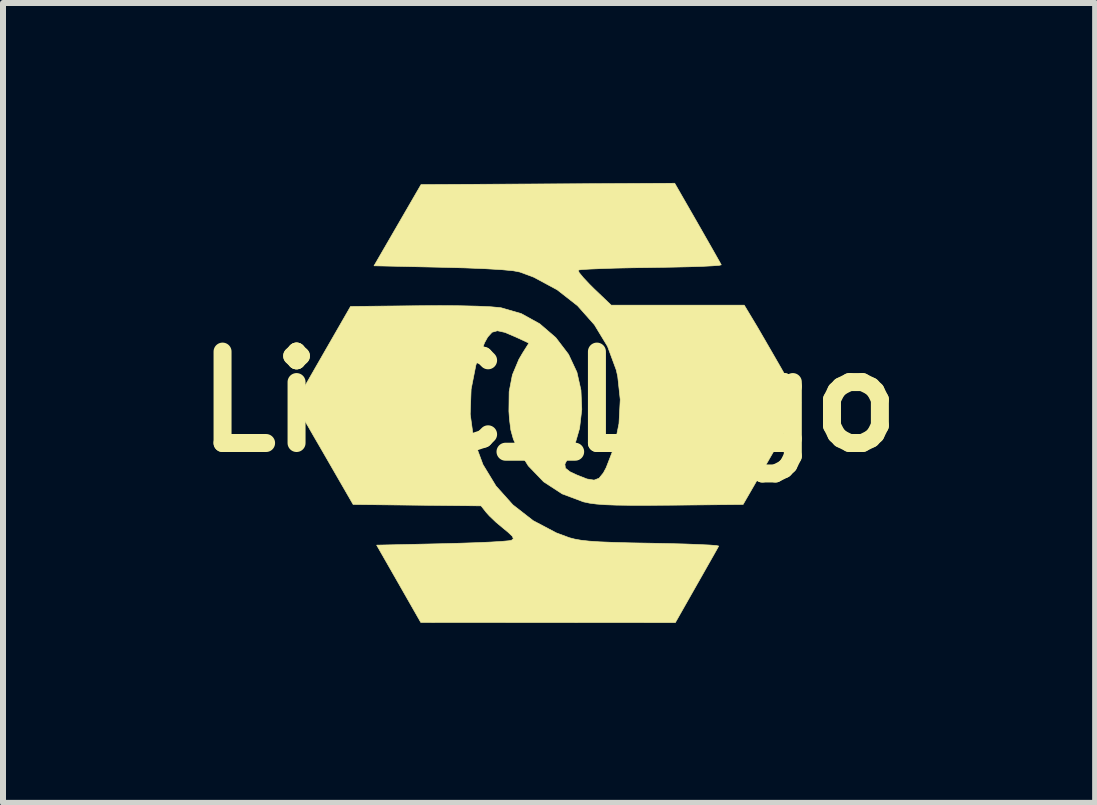
<source format=kicad_pcb>
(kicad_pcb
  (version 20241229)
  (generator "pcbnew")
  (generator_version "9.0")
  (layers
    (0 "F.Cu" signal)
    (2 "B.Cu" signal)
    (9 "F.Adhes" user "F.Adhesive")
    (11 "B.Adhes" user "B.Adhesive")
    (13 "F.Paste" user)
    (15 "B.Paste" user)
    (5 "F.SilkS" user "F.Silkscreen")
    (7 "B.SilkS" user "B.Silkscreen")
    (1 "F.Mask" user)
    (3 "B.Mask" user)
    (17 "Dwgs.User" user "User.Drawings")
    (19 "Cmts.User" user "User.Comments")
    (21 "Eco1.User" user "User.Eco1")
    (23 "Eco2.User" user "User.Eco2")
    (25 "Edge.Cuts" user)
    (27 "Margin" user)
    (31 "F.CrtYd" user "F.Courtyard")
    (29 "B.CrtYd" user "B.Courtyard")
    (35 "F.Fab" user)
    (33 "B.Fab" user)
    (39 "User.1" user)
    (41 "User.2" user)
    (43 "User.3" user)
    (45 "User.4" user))
  (footprint "LiNC_Logo"
    (layer "F.Cu")
    (at 6.103 3.646)
    (property "Reference" "LiNC_Logo" (at 0 0 0) (layer "F.SilkS") (effects (font (size 1.524 1.524) (thickness 0.3))))
    (attr through_hole)
    (fp_poly (pts (xy 2.477 -2.976) (xy 2.599 -2.762) (xy 2.707 -2.573) (xy 2.793 -2.421) (xy 2.85 -2.32) (xy 2.871 -2.281) (xy 2.834 -2.272) (xy 2.722 -2.264) (xy 2.548 -2.255) (xy 2.32 -2.248) (xy 2.05 -2.242) (xy 1.748 -2.237) (xy 1.699 -2.236) (xy 1.391 -2.232) (xy 1.11 -2.226) (xy 0.868 -2.218) (xy 0.676 -2.21) (xy 0.546 -2.202) (xy 0.487 -2.194) (xy 0.486 -2.193) (xy 0.501 -2.153) (xy 0.568 -2.071) (xy 0.673 -1.959) (xy 0.746 -1.886) (xy 1.036 -1.609) (xy 2.145 -1.609) (xy 3.254 -1.609) (xy 3.401 -1.365) (xy 3.476 -1.24) (xy 3.58 -1.061) (xy 3.702 -0.85) (xy 3.83 -0.628) (xy 3.874 -0.551) (xy 4.199 0.021) (xy 4.071 0.254) (xy 4.005 0.372) (xy 3.908 0.544) (xy 3.789 0.752) (xy 3.66 0.977) (xy 3.589 1.101) (xy 3.235 1.714) (xy 2.034 1.726) (xy 1.659 1.728) (xy 1.359 1.728) (xy 1.121 1.725) (xy 0.935 1.718) (xy 0.79 1.707) (xy 0.676 1.692) (xy 0.581 1.672) (xy 0.576 1.671) (xy 0.22 1.538) (xy -0.09 1.336) (xy -0.346 1.07) (xy -0.527 0.779) (xy -0.595 0.624) (xy -0.637 0.473) (xy -0.66 0.292) (xy -0.669 0.16) (xy -0.665 -0.167) (xy -0.611 -0.446) (xy -0.503 -0.704) (xy -0.441 -0.81) (xy -0.336 -0.976) (xy -0.56 -1.08) (xy -0.737 -1.155) (xy -0.861 -1.182) (xy -0.95 -1.157) (xy -1.023 -1.076) (xy -1.074 -0.984) (xy -1.219 -0.612) (xy -1.299 -0.207) (xy -1.314 0.209) (xy -1.259 0.609) (xy -1.248 0.654) (xy -1.102 1.048) (xy -0.885 1.405) (xy -0.603 1.72) (xy -0.264 1.984) (xy 0.123 2.188) (xy 0.339 2.268) (xy 0.427 2.291) (xy 0.533 2.31) (xy 0.669 2.325) (xy 0.846 2.337) (xy 1.074 2.346) (xy 1.366 2.354) (xy 1.706 2.36) (xy 2.005 2.366) (xy 2.274 2.373) (xy 2.501 2.382) (xy 2.677 2.39) (xy 2.789 2.399) (xy 2.828 2.407) (xy 2.828 2.407) (xy 2.804 2.452) (xy 2.745 2.557) (xy 2.658 2.71) (xy 2.551 2.899) (xy 2.46 3.059) (xy 2.106 3.683) (xy -0.016 3.682) (xy -2.138 3.681) (xy -2.506 3.036) (xy -2.874 2.392) (xy -1.786 2.368) (xy -1.488 2.36) (xy -1.215 2.351) (xy -0.98 2.341) (xy -0.795 2.33) (xy -0.672 2.319) (xy -0.626 2.311) (xy -0.595 2.285) (xy -0.612 2.244) (xy -0.685 2.175) (xy -0.757 2.116) (xy -0.884 2.01) (xy -0.995 1.904) (xy -1.047 1.846) (xy -1.133 1.737) (xy -2.199 1.726) (xy -3.266 1.714) (xy -3.51 1.291) (xy -3.642 1.062) (xy -3.792 0.802) (xy -3.936 0.554) (xy -3.996 0.449) (xy -4.238 0.031) (xy -3.774 -0.778) (xy -3.309 -1.587) (xy -2.194 -1.599) (xy -1.82 -1.601) (xy -1.484 -1.599) (xy -1.198 -1.592) (xy -0.972 -1.582) (xy -0.818 -1.568) (xy -0.798 -1.565) (xy -0.463 -1.468) (xy -0.155 -1.298) (xy 0.112 -1.068) (xy 0.325 -0.789) (xy 0.465 -0.49) (xy 0.532 -0.192) (xy 0.546 0.128) (xy 0.509 0.445) (xy 0.425 0.735) (xy 0.311 0.951) (xy 0.264 1.041) (xy 0.273 1.108) (xy 0.348 1.168) (xy 0.463 1.222) (xy 0.633 1.289) (xy 0.751 1.308) (xy 0.834 1.276) (xy 0.906 1.187) (xy 0.952 1.101) (xy 1.087 0.753) (xy 1.166 0.366) (xy 1.187 -0.034) (xy 1.145 -0.419) (xy 1.121 -0.527) (xy 0.975 -0.922) (xy 0.757 -1.281) (xy 0.475 -1.599) (xy 0.135 -1.865) (xy -0.253 -2.074) (xy -0.487 -2.161) (xy -0.596 -2.182) (xy -0.787 -2.2) (xy -1.057 -2.216) (xy -1.403 -2.23) (xy -1.787 -2.24) (xy -2.918 -2.265) (xy -2.526 -2.942) (xy -2.134 -3.619) (xy -0.019 -3.63) (xy 2.095 -3.641) (xy 2.477 -2.976)) (stroke (width 0.01) (type solid)) (fill yes) (layer "F.SilkS")))
  (gr_rect
    (start -3 -3)
    (end 15.207 10.334)
    (stroke (width 0.1) (type default))
    (fill no)
    (layer "Edge.Cuts")))
</source>
